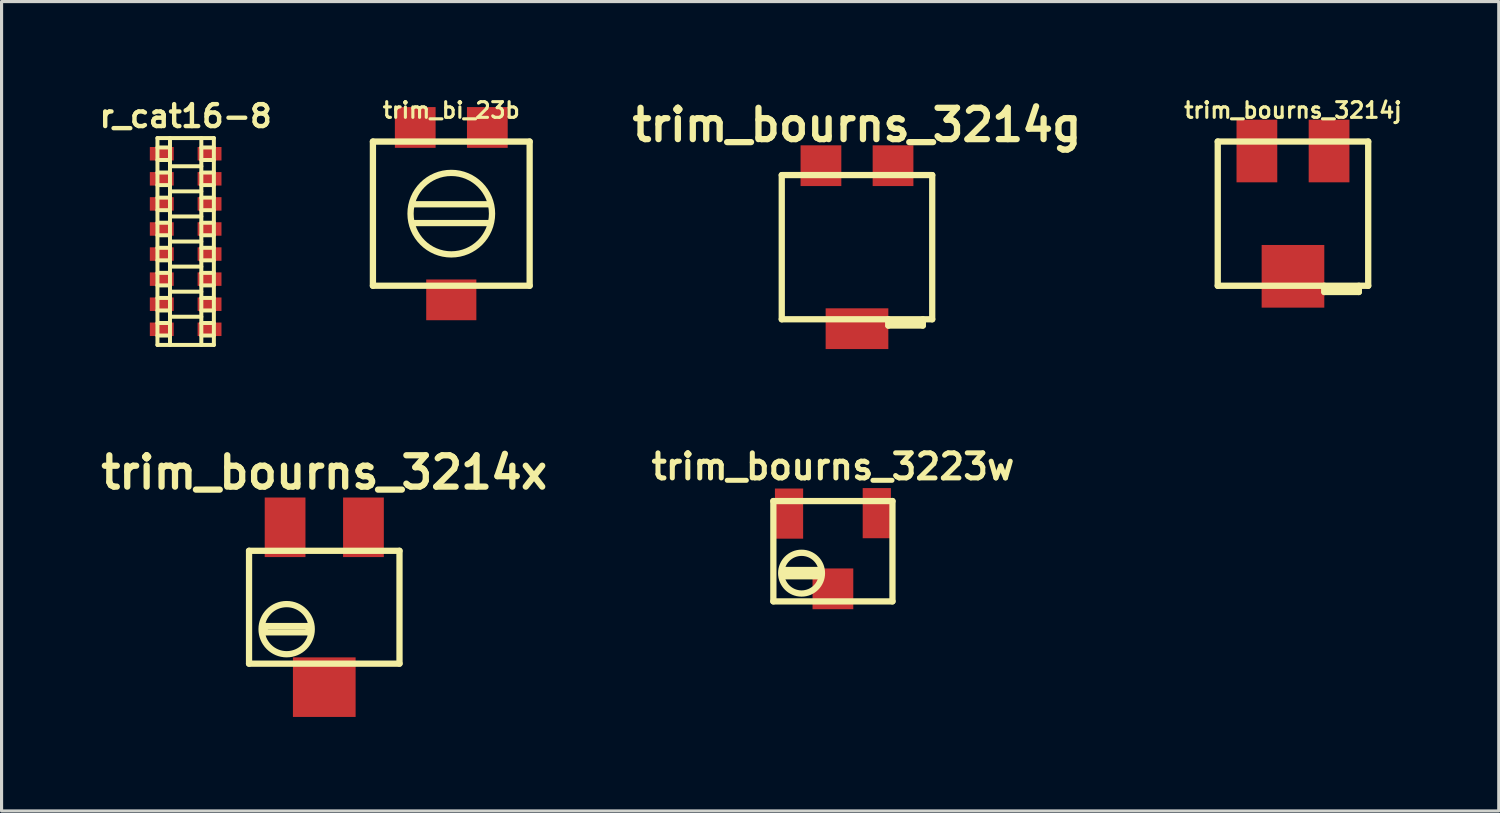
<source format=kicad_pcb>
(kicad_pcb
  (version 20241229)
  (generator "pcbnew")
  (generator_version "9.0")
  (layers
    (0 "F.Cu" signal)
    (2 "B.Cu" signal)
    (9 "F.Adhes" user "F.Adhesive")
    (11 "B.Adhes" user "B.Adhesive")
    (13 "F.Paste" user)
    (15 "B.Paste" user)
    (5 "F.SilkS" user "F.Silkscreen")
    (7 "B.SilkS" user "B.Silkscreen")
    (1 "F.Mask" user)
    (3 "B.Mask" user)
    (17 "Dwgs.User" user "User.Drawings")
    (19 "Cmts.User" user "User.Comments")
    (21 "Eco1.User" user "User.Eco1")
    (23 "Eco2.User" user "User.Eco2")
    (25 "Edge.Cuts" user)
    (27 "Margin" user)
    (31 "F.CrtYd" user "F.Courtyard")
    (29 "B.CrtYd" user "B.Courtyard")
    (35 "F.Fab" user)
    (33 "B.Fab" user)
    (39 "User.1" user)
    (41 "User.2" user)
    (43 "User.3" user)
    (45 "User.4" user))
  (footprint "trim_bourns_3214j"
    (layer "F.Cu")
    (at 38.199 3.766)
    (property "Reference" "trim_bourns_3214j" (at 0 -3.299 0) (layer "F.SilkS") (effects (font (size 0.5 0.5) (thickness 0.099))))
    (attr smd)
    (fp_line (start -2.4 -2.301) (end -2.4 2.301) (stroke (width 0.201) (type solid)) (layer "F.SilkS"))
    (fp_line (start -2.4 2.301) (end 2.4 2.301) (stroke (width 0.201) (type solid)) (layer "F.SilkS"))
    (fp_line (start 1.001 2.301) (end 1.001 2.499) (stroke (width 0.201) (type solid)) (layer "F.SilkS"))
    (fp_line (start 1.001 2.499) (end 2.101 2.499) (stroke (width 0.201) (type solid)) (layer "F.SilkS"))
    (fp_line (start 2.101 2.4) (end 1.001 2.4) (stroke (width 0.201) (type solid)) (layer "F.SilkS"))
    (fp_line (start 2.101 2.499) (end 2.101 2.301) (stroke (width 0.201) (type solid)) (layer "F.SilkS"))
    (fp_line (start 2.4 -2.301) (end -2.4 -2.301) (stroke (width 0.201) (type solid)) (layer "F.SilkS"))
    (fp_line (start 2.4 2.301) (end 2.4 -2.301) (stroke (width 0.201) (type solid)) (layer "F.SilkS"))
    (pad "1" smd rect (at 1.151 -1.999) (size 1.3 1.999) (layers "F.Cu" "F.Mask" "F.Paste"))
    (pad "2" smd rect (at 0 1.999) (size 1.999 1.999) (layers "F.Cu" "F.Mask" "F.Paste"))
    (pad "3" smd rect (at -1.151 -1.999) (size 1.3 1.999) (layers "F.Cu" "F.Mask" "F.Paste")))
  (footprint "trim_bourns_3223w"
    (layer "F.Cu")
    (at 23.522 14.535)
    (property "Reference" "trim_bourns_3223w" (at 0 -2.7 0) (layer "F.SilkS") (effects (font (size 0.8 0.8) (thickness 0.16))))
    (attr smd)
    (fp_line (start -1.9 -1.6) (end 1.9 -1.6) (stroke (width 0.2) (type solid)) (layer "F.SilkS"))
    (fp_line (start -1.9 1.6) (end -1.9 -1.6) (stroke (width 0.2) (type solid)) (layer "F.SilkS"))
    (fp_line (start -1.6 0.6) (end -1.6 0.8) (stroke (width 0.2) (type solid)) (layer "F.SilkS"))
    (fp_line (start -0.4 0.6) (end -1.6 0.6) (stroke (width 0.2) (type solid)) (layer "F.SilkS"))
    (fp_line (start -0.4 0.7) (end -1.6 0.7) (stroke (width 0.2) (type solid)) (layer "F.SilkS"))
    (fp_line (start -0.4 0.8) (end -1.6 0.8) (stroke (width 0.2) (type solid)) (layer "F.SilkS"))
    (fp_line (start -0.4 0.8) (end -0.4 0.6) (stroke (width 0.2) (type solid)) (layer "F.SilkS"))
    (fp_line (start 1.9 -1.6) (end 1.9 1.6) (stroke (width 0.2) (type solid)) (layer "F.SilkS"))
    (fp_line (start 1.9 1.6) (end -1.9 1.6) (stroke (width 0.2) (type solid)) (layer "F.SilkS"))
    (fp_circle (center -1 0.7) (end -0.35 0.7) (stroke (width 0.2) (type solid)) (fill no) (layer "F.SilkS"))
    (pad "1" smd rect (at 1.4 -1.214) (size 0.9 1.6) (layers "F.Cu" "F.Mask" "F.Paste"))
    (pad "2" smd rect (at 0 1.2) (size 1.3 1.3) (layers "F.Cu" "F.Mask" "F.Paste"))
    (pad "3" smd rect (at -1.4 -1.2) (size 0.9 1.6) (layers "F.Cu" "F.Mask" "F.Paste")))
  (footprint "trim_bi_23b"
    (layer "F.Cu")
    (at 11.347 3.766)
    (property "Reference" "trim_bi_23b" (at 0 -3.299 0) (layer "F.SilkS") (effects (font (size 0.5 0.5) (thickness 0.099))))
    (attr smd)
    (fp_line (start -2.5 -2.3) (end -2.5 2.3) (stroke (width 0.201) (type solid)) (layer "F.SilkS"))
    (fp_line (start -2.5 2.3) (end 2.5 2.3) (stroke (width 0.201) (type solid)) (layer "F.SilkS"))
    (fp_line (start -1.2 -0.3) (end 1.2 -0.3) (stroke (width 0.2) (type solid)) (layer "F.SilkS"))
    (fp_line (start 1.2 0.3) (end -1.2 0.3) (stroke (width 0.2) (type solid)) (layer "F.SilkS"))
    (fp_line (start 2.5 -2.3) (end -2.5 -2.3) (stroke (width 0.201) (type solid)) (layer "F.SilkS"))
    (fp_line (start 2.5 2.3) (end 2.5 -2.3) (stroke (width 0.2) (type solid)) (layer "F.SilkS"))
    (fp_circle (center 0 0) (end -1.3 0) (stroke (width 0.2) (type solid)) (fill no) (layer "F.SilkS"))
    (pad "1" smd rect (at 1.15 -2.75) (size 1.3 1.3) (layers "F.Cu" "F.Mask" "F.Paste"))
    (pad "2" smd rect (at 0 2.75) (size 1.6 1.3) (layers "F.Cu" "F.Mask" "F.Paste"))
    (pad "3" smd rect (at -1.15 -2.75) (size 1.3 1.3) (layers "F.Cu" "F.Mask" "F.Paste")))
  (footprint "trim_bourns_3214x"
    (layer "F.Cu")
    (at 7.295 16.322)
    (property "Reference" "trim_bourns_3214x" (at 0 -4.3 0) (layer "F.SilkS") (effects (font (size 1 1) (thickness 0.2))))
    (attr smd)
    (fp_line (start -2.4 -1.8) (end -2.4 1.8) (stroke (width 0.2) (type solid)) (layer "F.SilkS"))
    (fp_line (start -2.4 1.8) (end 2.4 1.8) (stroke (width 0.2) (type solid)) (layer "F.SilkS"))
    (fp_line (start -1.9 0.6) (end -0.5 0.6) (stroke (width 0.2) (type solid)) (layer "F.SilkS"))
    (fp_line (start -1.9 0.8) (end -1.9 0.6) (stroke (width 0.2) (type solid)) (layer "F.SilkS"))
    (fp_line (start -0.5 0.6) (end -0.5 0.8) (stroke (width 0.2) (type solid)) (layer "F.SilkS"))
    (fp_line (start -0.5 0.8) (end -1.9 0.8) (stroke (width 0.2) (type solid)) (layer "F.SilkS"))
    (fp_line (start 2.4 -1.8) (end -2.4 -1.8) (stroke (width 0.2) (type solid)) (layer "F.SilkS"))
    (fp_line (start 2.4 1.8) (end 2.4 -1.8) (stroke (width 0.2) (type solid)) (layer "F.SilkS"))
    (fp_circle (center -1.2 0.7) (end -0.4 0.7) (stroke (width 0.2) (type solid)) (fill no) (layer "F.SilkS"))
    (pad "1" smd rect (at 1.25 -2.55) (size 1.3 1.9) (layers "F.Cu" "F.Mask" "F.Paste"))
    (pad "2" smd rect (at 0 2.55) (size 2 1.9) (layers "F.Cu" "F.Mask" "F.Paste"))
    (pad "3" smd rect (at -1.25 -2.55) (size 1.3 1.9) (layers "F.Cu" "F.Mask" "F.Paste")))
  (footprint "trim_bourns_3214g"
    (layer "F.Cu")
    (at 24.29 4.836)
    (property "Reference" "trim_bourns_3214g" (at 0 -3.9 0) (layer "F.SilkS") (effects (font (size 1 1) (thickness 0.2))))
    (attr smd)
    (fp_line (start -2.4 -2.3) (end -2.4 2.3) (stroke (width 0.2) (type solid)) (layer "F.SilkS"))
    (fp_line (start -2.4 2.3) (end 2.4 2.3) (stroke (width 0.2) (type solid)) (layer "F.SilkS"))
    (fp_line (start 1 2.3) (end 1 2.5) (stroke (width 0.2) (type solid)) (layer "F.SilkS"))
    (fp_line (start 1 2.5) (end 2.1 2.5) (stroke (width 0.2) (type solid)) (layer "F.SilkS"))
    (fp_line (start 2.1 2.4) (end 1 2.4) (stroke (width 0.2) (type solid)) (layer "F.SilkS"))
    (fp_line (start 2.1 2.5) (end 2.1 2.3) (stroke (width 0.2) (type solid)) (layer "F.SilkS"))
    (fp_line (start 2.4 -2.3) (end -2.4 -2.3) (stroke (width 0.2) (type solid)) (layer "F.SilkS"))
    (fp_line (start 2.4 2.3) (end 2.4 -2.3) (stroke (width 0.2) (type solid)) (layer "F.SilkS"))
    (pad "1" smd rect (at 1.15 -2.6) (size 1.3 1.3) (layers "F.Cu" "F.Mask" "F.Paste"))
    (pad "2" smd rect (at 0 2.6) (size 2 1.3) (layers "F.Cu" "F.Mask" "F.Paste"))
    (pad "3" smd rect (at -1.15 -2.6) (size 1.3 1.3) (layers "F.Cu" "F.Mask" "F.Paste")))
  (footprint "r_cat16-8"
    (layer "F.Cu")
    (at 2.873 4.655)
    (property "Reference" "r_cat16-8" (at 0 -4 0) (layer "F.SilkS") (effects (font (size 0.7 0.7) (thickness 0.14))))
    (attr smd)
    (fp_line (start -0.9 -3.3) (end 0.9 -3.3) (stroke (width 0.127) (type solid)) (layer "F.SilkS"))
    (fp_line (start -0.9 -3) (end -0.5 -3) (stroke (width 0.127) (type solid)) (layer "F.SilkS"))
    (fp_line (start -0.9 -2.6) (end -0.5 -2.6) (stroke (width 0.127) (type solid)) (layer "F.SilkS"))
    (fp_line (start -0.9 -2.2) (end -0.5 -2.2) (stroke (width 0.127) (type solid)) (layer "F.SilkS"))
    (fp_line (start -0.9 -1.8) (end -0.5 -1.8) (stroke (width 0.127) (type solid)) (layer "F.SilkS"))
    (fp_line (start -0.9 -1.4) (end -0.5 -1.4) (stroke (width 0.127) (type solid)) (layer "F.SilkS"))
    (fp_line (start -0.9 -1) (end -0.5 -1) (stroke (width 0.127) (type solid)) (layer "F.SilkS"))
    (fp_line (start -0.9 -0.2) (end -0.5 -0.2) (stroke (width 0.127) (type solid)) (layer "F.SilkS"))
    (fp_line (start -0.9 0.6) (end -0.5 0.6) (stroke (width 0.127) (type solid)) (layer "F.SilkS"))
    (fp_line (start -0.9 1) (end -0.5 1) (stroke (width 0.127) (type solid)) (layer "F.SilkS"))
    (fp_line (start -0.9 1.4) (end -0.5 1.4) (stroke (width 0.127) (type solid)) (layer "F.SilkS"))
    (fp_line (start -0.9 2.2) (end -0.5 2.2) (stroke (width 0.127) (type solid)) (layer "F.SilkS"))
    (fp_line (start -0.9 3) (end -0.5 3) (stroke (width 0.127) (type solid)) (layer "F.SilkS"))
    (fp_line (start -0.9 3.3) (end -0.9 -3.3) (stroke (width 0.127) (type solid)) (layer "F.SilkS"))
    (fp_line (start -0.5 -3.3) (end -0.5 3.3) (stroke (width 0.127) (type solid)) (layer "F.SilkS"))
    (fp_line (start -0.5 -2.4) (end 0.5 -2.4) (stroke (width 0.127) (type solid)) (layer "F.SilkS"))
    (fp_line (start -0.5 -1.6) (end 0.5 -1.6) (stroke (width 0.127) (type solid)) (layer "F.SilkS"))
    (fp_line (start -0.5 -0.8) (end 0.5 -0.8) (stroke (width 0.127) (type solid)) (layer "F.SilkS"))
    (fp_line (start -0.5 -0.6) (end -0.9 -0.6) (stroke (width 0.127) (type solid)) (layer "F.SilkS"))
    (fp_line (start -0.5 0) (end 0.5 0) (stroke (width 0.127) (type solid)) (layer "F.SilkS"))
    (fp_line (start -0.5 0.2) (end -0.9 0.2) (stroke (width 0.127) (type solid)) (layer "F.SilkS"))
    (fp_line (start -0.5 0.8) (end 0.5 0.8) (stroke (width 0.127) (type solid)) (layer "F.SilkS"))
    (fp_line (start -0.5 1.6) (end 0.5 1.6) (stroke (width 0.127) (type solid)) (layer "F.SilkS"))
    (fp_line (start -0.5 1.8) (end -0.9 1.8) (stroke (width 0.127) (type solid)) (layer "F.SilkS"))
    (fp_line (start -0.5 2.4) (end 0.5 2.4) (stroke (width 0.127) (type solid)) (layer "F.SilkS"))
    (fp_line (start -0.5 2.6) (end -0.9 2.6) (stroke (width 0.127) (type solid)) (layer "F.SilkS"))
    (fp_line (start 0.5 -3) (end 0.9 -3) (stroke (width 0.127) (type solid)) (layer "F.SilkS"))
    (fp_line (start 0.5 -2.6) (end 0.9 -2.6) (stroke (width 0.127) (type solid)) (layer "F.SilkS"))
    (fp_line (start 0.5 -2.2) (end 0.9 -2.2) (stroke (width 0.127) (type solid)) (layer "F.SilkS"))
    (fp_line (start 0.5 -1.8) (end 0.9 -1.8) (stroke (width 0.127) (type solid)) (layer "F.SilkS"))
    (fp_line (start 0.5 -1.4) (end 0.9 -1.4) (stroke (width 0.127) (type solid)) (layer "F.SilkS"))
    (fp_line (start 0.5 -1) (end 0.9 -1) (stroke (width 0.127) (type solid)) (layer "F.SilkS"))
    (fp_line (start 0.5 -0.2) (end 0.9 -0.2) (stroke (width 0.127) (type solid)) (layer "F.SilkS"))
    (fp_line (start 0.5 0.6) (end 0.9 0.6) (stroke (width 0.127) (type solid)) (layer "F.SilkS"))
    (fp_line (start 0.5 1) (end 0.9 1) (stroke (width 0.127) (type solid)) (layer "F.SilkS"))
    (fp_line (start 0.5 1.4) (end 0.9 1.4) (stroke (width 0.127) (type solid)) (layer "F.SilkS"))
    (fp_line (start 0.5 3) (end 0.9 3) (stroke (width 0.127) (type solid)) (layer "F.SilkS"))
    (fp_line (start 0.5 3.3) (end 0.5 -3.3) (stroke (width 0.127) (type solid)) (layer "F.SilkS"))
    (fp_line (start 0.9 -3.3) (end 0.9 3.3) (stroke (width 0.127) (type solid)) (layer "F.SilkS"))
    (fp_line (start 0.9 -0.6) (end 0.5 -0.6) (stroke (width 0.127) (type solid)) (layer "F.SilkS"))
    (fp_line (start 0.9 0.2) (end 0.5 0.2) (stroke (width 0.127) (type solid)) (layer "F.SilkS"))
    (fp_line (start 0.9 1.8) (end 0.5 1.8) (stroke (width 0.127) (type solid)) (layer "F.SilkS"))
    (fp_line (start 0.9 2.2) (end 0.5 2.2) (stroke (width 0.127) (type solid)) (layer "F.SilkS"))
    (fp_line (start 0.9 2.6) (end 0.5 2.6) (stroke (width 0.127) (type solid)) (layer "F.SilkS"))
    (fp_line (start 0.9 3.3) (end -0.9 3.3) (stroke (width 0.127) (type solid)) (layer "F.SilkS"))
    (pad "1" smd rect (at 0.762 2.8) (size 0.762 0.43) (layers "F.Cu" "F.Mask" "F.Paste"))
    (pad "2" smd rect (at 0.762 2) (size 0.762 0.43) (layers "F.Cu" "F.Mask" "F.Paste"))
    (pad "3" smd rect (at 0.762 1.2) (size 0.762 0.43) (layers "F.Cu" "F.Mask" "F.Paste"))
    (pad "4" smd rect (at 0.762 0.4) (size 0.762 0.43) (layers "F.Cu" "F.Mask" "F.Paste"))
    (pad "5" smd rect (at 0.762 -0.4) (size 0.762 0.43) (layers "F.Cu" "F.Mask" "F.Paste"))
    (pad "6" smd rect (at 0.762 -1.2) (size 0.762 0.43) (layers "F.Cu" "F.Mask" "F.Paste"))
    (pad "7" smd rect (at 0.762 -2) (size 0.762 0.43) (layers "F.Cu" "F.Mask" "F.Paste"))
    (pad "8" smd rect (at 0.762 -2.8) (size 0.762 0.43) (layers "F.Cu" "F.Mask" "F.Paste"))
    (pad "9" smd rect (at -0.762 -2.8) (size 0.762 0.43) (layers "F.Cu" "F.Mask" "F.Paste"))
    (pad "10" smd rect (at -0.762 -2) (size 0.762 0.43) (layers "F.Cu" "F.Mask" "F.Paste"))
    (pad "11" smd rect (at -0.762 -1.2) (size 0.762 0.43) (layers "F.Cu" "F.Mask" "F.Paste"))
    (pad "12" smd rect (at -0.762 -0.4) (size 0.762 0.43) (layers "F.Cu" "F.Mask" "F.Paste"))
    (pad "13" smd rect (at -0.762 0.4) (size 0.762 0.43) (layers "F.Cu" "F.Mask" "F.Paste"))
    (pad "14" smd rect (at -0.762 1.2) (size 0.762 0.43) (layers "F.Cu" "F.Mask" "F.Paste"))
    (pad "15" smd rect (at -0.762 2) (size 0.762 0.43) (layers "F.Cu" "F.Mask" "F.Paste"))
    (pad "16" smd rect (at -0.762 2.8) (size 0.762 0.43) (layers "F.Cu" "F.Mask" "F.Paste")))
  (gr_rect
    (start -3 -3)
    (end 44.764 22.822)
    (stroke (width 0.1) (type default))
    (fill no)
    (layer "Edge.Cuts")))
</source>
